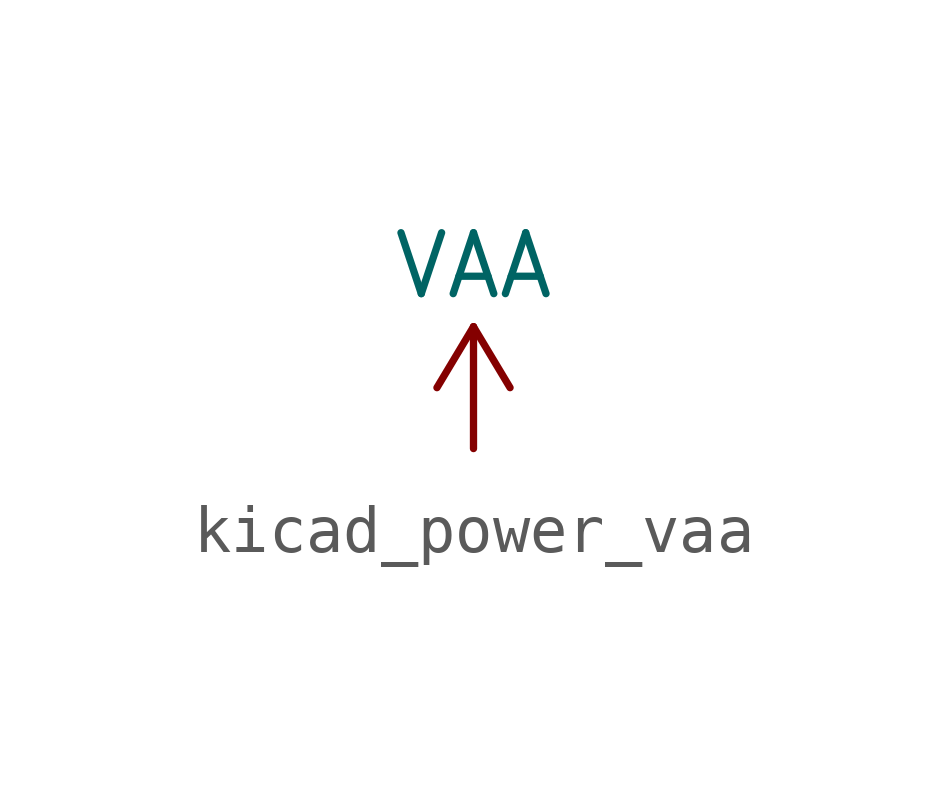
<source format=kicad_sym>
(kicad_symbol_lib
  (version 20220914)
  (generator kicad_symbol_editor)
  (symbol "kicad_power_vaa"
    (power)
    (pin_names
      (offset 0))
    (property "Reference" "#PWR"
      (at 0 -3.81 0)
      (effects (font (size 1.27 1.27)) hide))
    (property "Value" "VAA"
      (at 0 3.81 0)
      (effects (font (size 1.27 1.27))))
    (symbol "kicad_power_vaa_0_1"
      (polyline (pts (xy -0.762 1.27) (xy 0 2.54)) (stroke (width 0) (type default)) (fill (type none)))
      (polyline (pts (xy 0 0) (xy 0 2.54)) (stroke (width 0) (type default)) (fill (type none)))
      (polyline (pts (xy 0 2.54) (xy 0.762 1.27)) (stroke (width 0) (type default)) (fill (type none))))
    (symbol "kicad_power_vaa_1_1"
      (pin power_in line (at 0 0 90) (length 0) hide (name "VAA" (effects (font (size 1.27 1.27)))) (number "1" (effects (font (size 1.27 1.27))))))))
</source>
